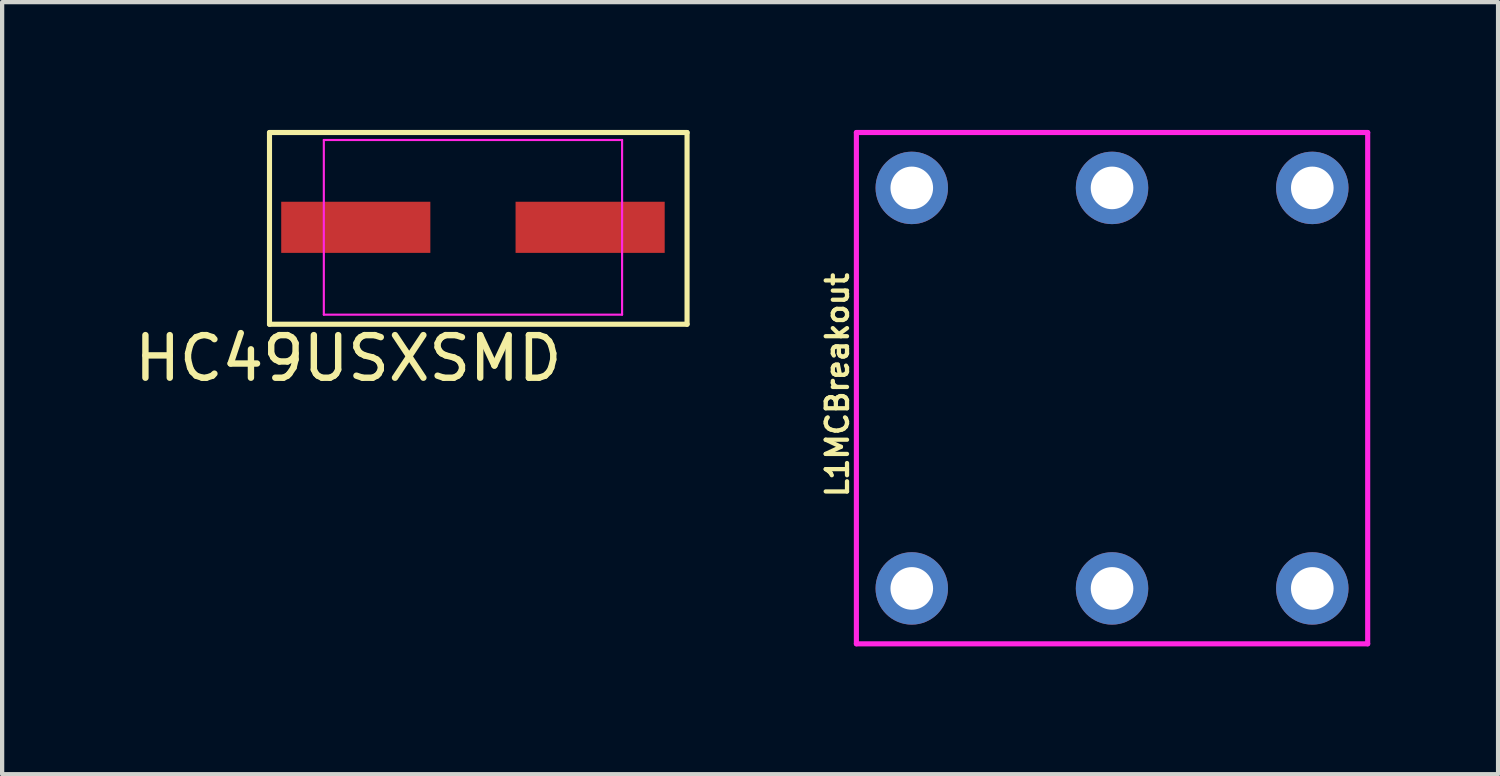
<source format=kicad_pcb>
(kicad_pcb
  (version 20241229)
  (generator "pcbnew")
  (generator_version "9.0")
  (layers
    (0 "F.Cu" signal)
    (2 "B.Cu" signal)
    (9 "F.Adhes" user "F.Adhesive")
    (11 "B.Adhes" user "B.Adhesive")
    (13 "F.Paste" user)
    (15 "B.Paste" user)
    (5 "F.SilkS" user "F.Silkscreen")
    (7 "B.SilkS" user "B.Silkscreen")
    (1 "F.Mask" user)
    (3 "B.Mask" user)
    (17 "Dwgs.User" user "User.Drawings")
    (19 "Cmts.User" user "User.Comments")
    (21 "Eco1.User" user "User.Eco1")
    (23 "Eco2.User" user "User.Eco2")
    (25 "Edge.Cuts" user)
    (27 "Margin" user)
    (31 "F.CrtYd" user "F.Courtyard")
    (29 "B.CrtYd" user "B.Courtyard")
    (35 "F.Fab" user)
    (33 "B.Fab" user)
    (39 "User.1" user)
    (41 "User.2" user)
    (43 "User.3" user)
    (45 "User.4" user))
  (footprint "L1MCBreakout"
    (layer "F.Cu")
    (at 23.049 6.06)
    (property "Reference" "L1MCBreakout" (at -6.446 -0.076 90) (layer "F.SilkS") (effects (font (size 0.5 0.5) (thickness 0.1))))
    (attr smd)
    (fp_line (start -6 -6) (end 6 -6) (stroke (width 0.12) (type solid)) (layer "F.CrtYd"))
    (fp_line (start -6 6) (end -6 -6) (stroke (width 0.12) (type solid)) (layer "F.CrtYd"))
    (fp_line (start 6 -6) (end 6 6) (stroke (width 0.12) (type solid)) (layer "F.CrtYd"))
    (fp_line (start 6 6) (end -6 6) (stroke (width 0.12) (type solid)) (layer "F.CrtYd"))
    (pad "1" thru_hole circle (at -4.7 -4.7) (size 1.7 1.7) (drill 1) (layers "*.Cu" "*.Mask"))
    (pad "2" thru_hole circle (at -4.7 4.7) (size 1.7 1.7) (drill 1) (layers "*.Cu" "*.Mask"))
    (pad "3" thru_hole circle (at 0 -4.7) (size 1.7 1.7) (drill 1) (layers "*.Cu" "*.Mask"))
    (pad "4" thru_hole circle (at 0 4.7) (size 1.7 1.7) (drill 1) (layers "*.Cu" "*.Mask"))
    (pad "5" thru_hole circle (at 4.7 -4.7) (size 1.7 1.7) (drill 1) (layers "*.Cu" "*.Mask"))
    (pad "6" thru_hole circle (at 4.7 4.7) (size 1.7 1.7) (drill 1) (layers "*.Cu" "*.Mask")))
  (footprint "HC49USXSMD"
    (layer "F.Cu")
    (at 8.05 2.285)
    (property "Reference" "HC49USXSMD" (at -2.925 3.075 0) (layer "F.SilkS") (effects (font (size 1 1) (thickness 0.15))))
    (attr smd)
    (fp_line (start -4.775 -2.225) (end 5.025 -2.225) (stroke (width 0.12) (type solid)) (layer "F.SilkS"))
    (fp_line (start -4.775 2.275) (end -4.775 -2.225) (stroke (width 0.12) (type solid)) (layer "F.SilkS"))
    (fp_line (start 5.025 -2.225) (end 5.025 2.275) (stroke (width 0.12) (type solid)) (layer "F.SilkS"))
    (fp_line (start 5.025 2.275) (end -4.775 2.275) (stroke (width 0.12) (type solid)) (layer "F.SilkS"))
    (fp_line (start -3.5 -2.05) (end 3.5 -2.05) (stroke (width 0.05) (type solid)) (layer "F.CrtYd"))
    (fp_line (start -3.5 2.05) (end -3.5 -2.05) (stroke (width 0.05) (type solid)) (layer "F.CrtYd"))
    (fp_line (start 3.5 -2.05) (end 3.5 2.05) (stroke (width 0.05) (type solid)) (layer "F.CrtYd"))
    (fp_line (start 3.5 2.05) (end -3.5 2.05) (stroke (width 0.05) (type solid)) (layer "F.CrtYd"))
    (pad "1" smd rect (at -2.75 0) (size 3.5 1.2) (layers "F.Cu" "F.Mask" "F.Paste"))
    (pad "2" smd rect (at 2.75 0) (size 3.5 1.2) (layers "F.Cu" "F.Mask" "F.Paste")))
  (gr_rect
    (start -3 -3)
    (end 32.109 15.12)
    (stroke (width 0.1) (type default))
    (fill no)
    (layer "Edge.Cuts")))
</source>
